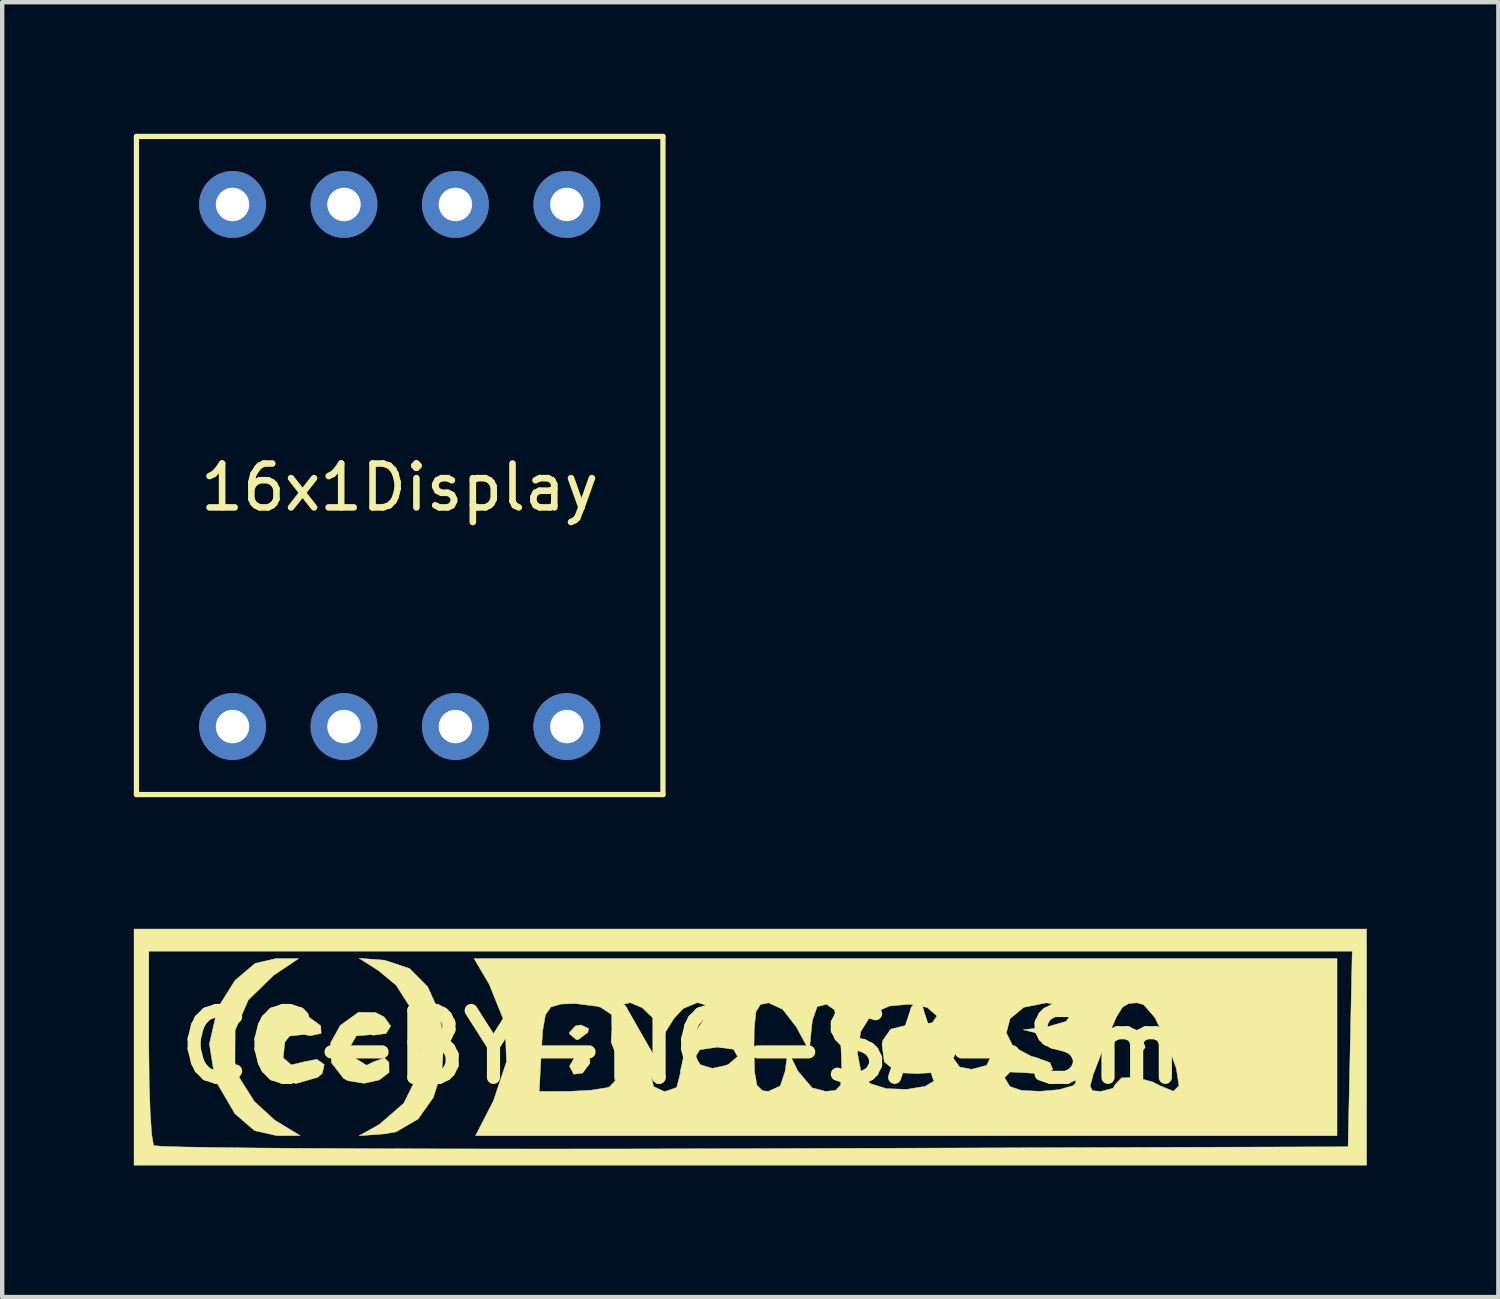
<source format=kicad_pcb>
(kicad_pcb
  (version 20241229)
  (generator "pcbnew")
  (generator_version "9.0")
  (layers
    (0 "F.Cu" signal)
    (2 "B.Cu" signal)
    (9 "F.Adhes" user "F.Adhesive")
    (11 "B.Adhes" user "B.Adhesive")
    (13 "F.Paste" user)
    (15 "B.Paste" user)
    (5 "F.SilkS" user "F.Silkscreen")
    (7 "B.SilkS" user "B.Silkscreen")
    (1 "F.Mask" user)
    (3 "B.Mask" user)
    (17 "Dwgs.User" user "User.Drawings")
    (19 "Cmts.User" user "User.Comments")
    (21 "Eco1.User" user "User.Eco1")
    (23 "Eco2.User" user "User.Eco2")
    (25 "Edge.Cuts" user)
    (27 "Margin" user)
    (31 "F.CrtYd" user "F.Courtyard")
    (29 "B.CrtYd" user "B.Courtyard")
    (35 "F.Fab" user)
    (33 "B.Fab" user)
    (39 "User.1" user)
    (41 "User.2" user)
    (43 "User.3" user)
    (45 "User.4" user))
  (footprint "CC-BY-NC-SA-Small"
    (layer "F.Cu")
    (at 13.967 20.816)
    (property "Reference" "CC-BY-NC-SA-Small" (at 0 0 0) (layer "F.SilkS") (effects (font (size 1.524 1.524) (thickness 0.3))))
    (attr through_hole)
    (fp_poly (pts (xy -3.575 0.266) (xy -3.571 0.368) (xy -3.738 0.59) (xy -3.94 0.618) (xy -4.037 0.435) (xy -3.902 0.203) (xy -3.771 0.168) (xy -3.575 0.266)) (stroke (width 0.01) (type solid)) (fill yes) (layer "F.SilkS"))
    (fp_poly (pts (xy -3.601 -0.423) (xy -3.617 -0.336) (xy -3.832 -0.175) (xy -3.879 -0.168) (xy -4.033 -0.297) (xy -4.037 -0.336) (xy -3.9 -0.484) (xy -3.775 -0.505) (xy -3.601 -0.423)) (stroke (width 0.01) (type solid)) (fill yes) (layer "F.SilkS"))
    (fp_poly (pts (xy 8.915 -0.252) (xy 9.077 -0.037) (xy 9.083 0.01) (xy 8.955 0.164) (xy 8.915 0.168) (xy 8.768 0.031) (xy 8.747 -0.094) (xy 8.829 -0.268) (xy 8.915 -0.252)) (stroke (width 0.01) (type solid)) (fill yes) (layer "F.SilkS"))
    (fp_poly (pts (xy -8.248 -1.98) (xy -7.683 -1.792) (xy -7.27 -1.376) (xy -7.01 -0.803) (xy -6.901 -0.143) (xy -6.945 0.531) (xy -7.141 1.149) (xy -7.488 1.639) (xy -7.988 1.931) (xy -8.248 1.977) (xy -8.831 2.02) (xy -8.371 1.763) (xy -7.815 1.28) (xy -7.499 0.642) (xy -7.423 -0.072) (xy -7.587 -0.783) (xy -7.989 -1.411) (xy -8.389 -1.743) (xy -8.831 -2.025) (xy -8.248 -1.98)) (stroke (width 0.01) (type solid)) (fill yes) (layer "F.SilkS"))
    (fp_poly (pts (xy -10.783 -1.635) (xy -11.357 -1.074) (xy -11.658 -0.385) (xy -11.662 0.36) (xy -11.554 0.711) (xy -11.218 1.241) (xy -10.759 1.662) (xy -10.734 1.678) (xy -10.177 2.017) (xy -10.709 2.018) (xy -11.214 1.904) (xy -11.659 1.521) (xy -11.662 1.518) (xy -12.113 0.748) (xy -12.245 -0.072) (xy -12.057 -0.887) (xy -11.662 -1.518) (xy -11.203 -1.909) (xy -10.726 -2.019) (xy -10.211 -2.019) (xy -10.783 -1.635)) (stroke (width 0.01) (type solid)) (fill yes) (layer "F.SilkS"))
    (fp_poly (pts (xy -10.124 -0.752) (xy -9.998 -0.699) (xy -9.708 -0.488) (xy -9.697 -0.312) (xy -9.945 -0.26) (xy -10.091 -0.287) (xy -10.418 -0.252) (xy -10.526 -0.111) (xy -10.562 0.247) (xy -10.375 0.405) (xy -10.093 0.336) (xy -9.796 0.278) (xy -9.627 0.396) (xy -9.67 0.598) (xy -9.777 0.689) (xy -10.275 0.831) (xy -10.746 0.657) (xy -10.838 0.577) (xy -11.08 0.144) (xy -10.996 -0.307) (xy -10.765 -0.589) (xy -10.453 -0.792) (xy -10.124 -0.752)) (stroke (width 0.01) (type solid)) (fill yes) (layer "F.SilkS"))
    (fp_poly (pts (xy -8.46 -0.789) (xy -8.263 -0.689) (xy -8.112 -0.481) (xy -8.218 -0.309) (xy -8.509 -0.272) (xy -8.56 -0.283) (xy -8.896 -0.256) (xy -9.027 -0.03) (xy -8.907 0.262) (xy -8.665 0.414) (xy -8.487 0.33) (xy -8.255 0.247) (xy -8.152 0.347) (xy -8.149 0.578) (xy -8.375 0.75) (xy -8.722 0.825) (xy -9.084 0.767) (xy -9.187 0.712) (xy -9.462 0.357) (xy -9.483 -0.096) (xy -9.26 -0.496) (xy -8.848 -0.793) (xy -8.46 -0.789)) (stroke (width 0.01) (type solid)) (fill yes) (layer "F.SilkS"))
    (fp_poly (pts (xy 14.13 2.691) (xy -13.962 2.691) (xy -13.962 -2.187) (xy -13.625 -2.187) (xy -13.625 -0.028) (xy -13.617 0.793) (xy -13.594 1.488) (xy -13.56 1.991) (xy -13.518 2.234) (xy -13.512 2.244) (xy -13.33 2.261) (xy -12.837 2.276) (xy -12.059 2.289) (xy -11.02 2.301) (xy -9.746 2.309) (xy -8.262 2.316) (xy -6.595 2.32) (xy -4.768 2.322) (xy -2.808 2.321) (xy -0.74 2.316) (xy 0.155 2.314) (xy 13.709 2.271) (xy 13.756 0.042) (xy 13.803 -2.187) (xy -13.625 -2.187) (xy -13.962 -2.187) (xy -13.962 -2.691) (xy 14.13 -2.691) (xy 14.13 2.691)) (stroke (width 0.01) (type solid)) (fill yes) (layer "F.SilkS"))
    (fp_poly (pts (xy 13.457 2.019) (xy -6.178 2.019) (xy -5.769 1.22) (xy -5.699 1.009) (xy -4.727 1.009) (xy -4.059 1.009) (xy -3.559 0.984) (xy -3.175 0.923) (xy -3.126 0.907) (xy -2.916 0.686) (xy -2.864 0.357) (xy -2.998 0.103) (xy -3.005 0.098) (xy -3.088 -0.116) (xy -3.071 -0.409) (xy -3.077 -0.741) (xy -3.288 -0.883) (xy -2.856 -0.883) (xy -2.759 -0.674) (xy -2.53 -0.345) (xy -2.523 -0.336) (xy -2.282 0.118) (xy -2.19 0.547) (xy -2.122 0.898) (xy -1.888 1.008) (xy -1.85 1.009) (xy -1.594 0.92) (xy -1.511 0.599) (xy -1.51 0.547) (xy -1.437 0.225) (xy -1.173 0.225) (xy -1.058 0.4) (xy -0.781 0.484) (xy -0.435 0.41) (xy -0.214 0.222) (xy -0.209 0.21) (xy -0.297 0.05) (xy -0.659 0) (xy 0.168 0) (xy 0.181 0.565) (xy 0.236 0.87) (xy 0.358 0.992) (xy 0.493 1.009) (xy 0.767 0.886) (xy 0.879 0.547) (xy 0.94 0.084) (xy 1.17 0.547) (xy 1.492 0.927) (xy 1.802 1.009) (xy 2.027 0.987) (xy 2.141 0.867) (xy 2.172 0.569) (xy 2.156 0.131) (xy 2.524 0.131) (xy 2.611 0.581) (xy 2.818 0.832) (xy 3.187 0.946) (xy 3.649 0.963) (xy 4.071 0.893) (xy 4.317 0.747) (xy 4.332 0.716) (xy 4.324 0.697) (xy 5.88 0.697) (xy 6 0.897) (xy 6.256 0.986) (xy 6.679 1.008) (xy 7.122 0.97) (xy 7.393 0.892) (xy 7.829 0.892) (xy 7.884 0.993) (xy 8.06 1.009) (xy 8.077 1.009) (xy 8.349 0.938) (xy 8.411 0.841) (xy 8.545 0.702) (xy 8.868 0.688) (xy 9.257 0.795) (xy 9.415 0.877) (xy 9.728 1.006) (xy 9.854 0.88) (xy 9.794 0.487) (xy 9.591 -0.078) (xy 9.306 -0.672) (xy 9.052 -0.965) (xy 8.906 -1.009) (xy 8.712 -0.996) (xy 8.569 -0.911) (xy 8.429 -0.688) (xy 8.244 -0.26) (xy 8.087 0.135) (xy 7.897 0.632) (xy 7.829 0.892) (xy 7.393 0.892) (xy 7.436 0.88) (xy 7.491 0.831) (xy 7.564 0.439) (xy 7.374 0.053) (xy 6.983 -0.22) (xy 6.857 -0.26) (xy 6.308 -0.395) (xy 6.855 -0.461) (xy 7.282 -0.587) (xy 7.413 -0.774) (xy 7.252 -0.942) (xy 6.833 -1.009) (xy 6.315 -0.906) (xy 6.005 -0.649) (xy 5.92 -0.323) (xy 6.077 -0.009) (xy 6.492 0.211) (xy 6.576 0.23) (xy 6.913 0.353) (xy 6.978 0.509) (xy 6.976 0.513) (xy 6.741 0.613) (xy 6.376 0.585) (xy 6.006 0.567) (xy 5.88 0.697) (xy 4.324 0.697) (xy 4.278 0.582) (xy 3.956 0.597) (xy 3.915 0.605) (xy 3.436 0.582) (xy 3.138 0.336) (xy 3.127 0.252) (xy 4.71 0.252) (xy 4.856 0.455) (xy 5.13 0.505) (xy 5.469 0.417) (xy 5.551 0.252) (xy 5.405 0.049) (xy 5.13 0) (xy 4.792 0.088) (xy 4.71 0.252) (xy 3.127 0.252) (xy 3.086 -0.072) (xy 3.109 -0.16) (xy 3.285 -0.409) (xy 3.658 -0.501) (xy 3.81 -0.505) (xy 4.231 -0.554) (xy 4.336 -0.704) (xy 4.333 -0.715) (xy 4.115 -0.904) (xy 3.713 -0.978) (xy 3.258 -0.936) (xy 2.881 -0.773) (xy 2.844 -0.743) (xy 2.602 -0.355) (xy 2.524 0.131) (xy 2.156 0.131) (xy 2.153 0.044) (xy 2.099 -0.538) (xy 1.997 -0.854) (xy 1.826 -0.974) (xy 1.82 -0.976) (xy 1.608 -0.922) (xy 1.5 -0.613) (xy 1.483 -0.473) (xy 1.429 0.084) (xy 1.131 -0.463) (xy 0.82 -0.863) (xy 0.5 -1.009) (xy 0.315 -0.971) (xy 0.214 -0.806) (xy 0.174 -0.437) (xy 0.168 0) (xy -0.659 0) (xy -1.066 0.059) (xy -1.173 0.225) (xy -1.437 0.225) (xy -1.403 0.075) (xy -1.177 -0.336) (xy -0.907 -0.731) (xy -0.88 -0.941) (xy -1.094 -1.009) (xy -1.137 -1.009) (xy -1.448 -0.878) (xy -1.655 -0.654) (xy -1.877 -0.299) (xy -2.125 -0.654) (xy -2.38 -0.898) (xy -2.655 -1.013) (xy -2.836 -0.965) (xy -2.856 -0.883) (xy -3.288 -0.883) (xy -3.322 -0.906) (xy -3.413 -0.931) (xy -3.91 -0.994) (xy -4.23 -0.981) (xy -4.457 -0.915) (xy -4.584 -0.74) (xy -4.649 -0.374) (xy -4.676 0.042) (xy -4.727 1.009) (xy -5.699 1.009) (xy -5.473 0.336) (xy -5.505 -0.537) (xy -5.867 -1.433) (xy -5.89 -1.472) (xy -6.212 -2.019) (xy 13.457 -2.019) (xy 13.457 2.019)) (stroke (width 0.01) (type solid)) (fill yes) (layer "F.SilkS")))
  (footprint "16x1Display"
    (layer "F.Cu")
    (at 6.06 7.56)
    (property "Reference" "16x1Display" (at 0 0.5 0) (layer "F.SilkS") (effects (font (size 1 1) (thickness 0.15))))
    (attr through_hole)
    (fp_line (start -6 -7.5) (end -6 7.5) (stroke (width 0.12) (type solid)) (layer "F.SilkS"))
    (fp_line (start -6 -7.5) (end 6 -7.5) (stroke (width 0.12) (type solid)) (layer "F.SilkS"))
    (fp_line (start 6 -7.5) (end 6 7.5) (stroke (width 0.12) (type solid)) (layer "F.SilkS"))
    (fp_line (start 6 7.5) (end -6 7.5) (stroke (width 0.12) (type solid)) (layer "F.SilkS"))
    (pad "1" thru_hole circle (at 3.81 5.95) (size 1.524 1.524) (drill 0.762) (layers "*.Cu" "*.Mask"))
    (pad "2" thru_hole circle (at 1.27 5.95) (size 1.524 1.524) (drill 0.762) (layers "*.Cu" "*.Mask"))
    (pad "3" thru_hole circle (at -1.27 5.95) (size 1.524 1.524) (drill 0.762) (layers "*.Cu" "*.Mask"))
    (pad "4" thru_hole circle (at -3.81 5.95) (size 1.524 1.524) (drill 0.762) (layers "*.Cu" "*.Mask"))
    (pad "5" thru_hole circle (at -3.81 -5.95) (size 1.524 1.524) (drill 0.762) (layers "*.Cu" "*.Mask"))
    (pad "6" thru_hole circle (at -1.27 -5.95) (size 1.524 1.524) (drill 0.762) (layers "*.Cu" "*.Mask"))
    (pad "7" thru_hole circle (at 1.27 -5.95) (size 1.524 1.524) (drill 0.762) (layers "*.Cu" "*.Mask"))
    (pad "8" thru_hole circle (at 3.81 -5.95) (size 1.524 1.524) (drill 0.762) (layers "*.Cu" "*.Mask")))
  (gr_rect
    (start -3 -3)
    (end 31.101 26.513)
    (stroke (width 0.1) (type default))
    (fill no)
    (layer "Edge.Cuts")))
</source>
